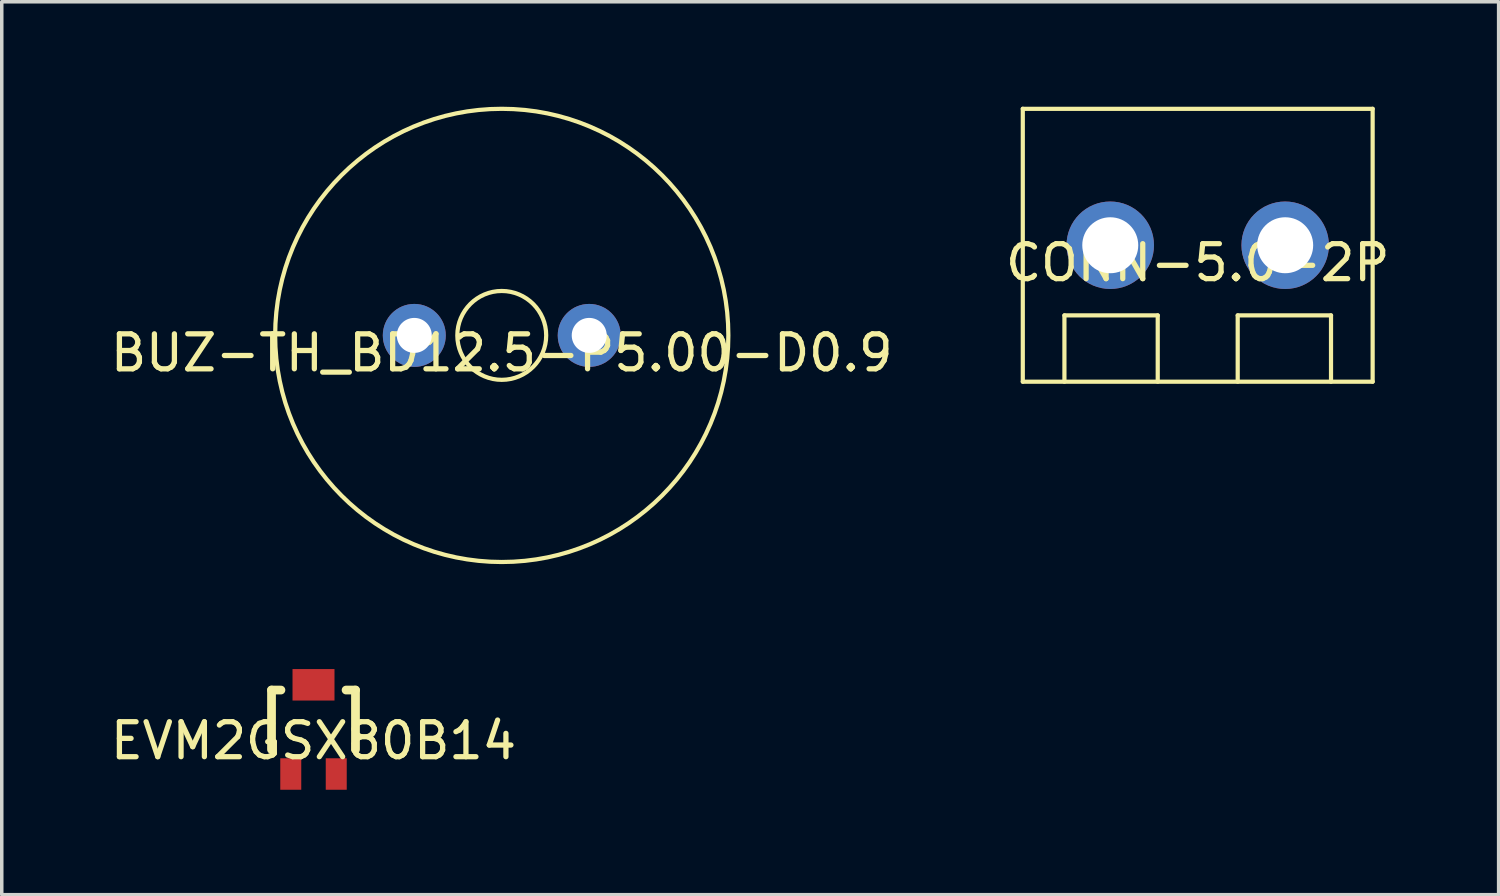
<source format=kicad_pcb>
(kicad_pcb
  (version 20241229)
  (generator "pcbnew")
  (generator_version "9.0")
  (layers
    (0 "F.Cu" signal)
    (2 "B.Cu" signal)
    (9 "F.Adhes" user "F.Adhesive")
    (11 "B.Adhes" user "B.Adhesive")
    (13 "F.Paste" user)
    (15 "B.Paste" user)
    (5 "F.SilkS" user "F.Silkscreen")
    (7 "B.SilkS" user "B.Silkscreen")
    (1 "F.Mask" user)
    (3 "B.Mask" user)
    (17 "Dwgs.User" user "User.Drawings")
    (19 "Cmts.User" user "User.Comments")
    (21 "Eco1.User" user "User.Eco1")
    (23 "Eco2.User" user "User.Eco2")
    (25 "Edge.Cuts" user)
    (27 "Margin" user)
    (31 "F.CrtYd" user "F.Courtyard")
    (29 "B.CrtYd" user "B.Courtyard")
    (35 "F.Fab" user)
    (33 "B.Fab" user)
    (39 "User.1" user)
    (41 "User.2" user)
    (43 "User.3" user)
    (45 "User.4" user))
  (footprint "EVM2GSX80B14"
    (layer "F.Cu")
    (at 5.911 17.624)
    (property "Reference" "EVM2GSX80B14" (at 0 0.5 0) (layer "F.SilkS") (effects (font (size 1 1) (thickness 0.15))))
    (attr through_hole)
    (fp_line (start -1.2 -0.95) (end -1.2 0.75) (stroke (width 0.25) (type solid)) (layer "F.SilkS"))
    (fp_line (start -1.2 -0.95) (end -0.931 -0.95) (stroke (width 0.25) (type solid)) (layer "F.SilkS"))
    (fp_line (start 1.2 -0.95) (end 0.931 -0.95) (stroke (width 0.25) (type solid)) (layer "F.SilkS"))
    (fp_line (start 1.2 -0.95) (end 1.2 0.75) (stroke (width 0.25) (type solid)) (layer "F.SilkS"))
    (pad "1" smd rect (at -0.65 1.45) (size 0.6 0.9) (layers "F.Cu" "F.Mask" "F.Paste"))
    (pad "2" smd rect (at 0 -1.1) (size 1.2 0.9) (layers "F.Cu" "F.Mask" "F.Paste"))
    (pad "3" smd rect (at 0.65 1.45) (size 0.6 0.9) (layers "F.Cu" "F.Mask" "F.Paste")))
  (footprint "BUZ-TH_BD12.5-P5.00-D0.9"
    (layer "F.Cu")
    (at 11.292 6.537)
    (property "Reference" "BUZ-TH_BD12.5-P5.00-D0.9" (at 0 0.5 0) (layer "F.SilkS") (effects (font (size 1 1) (thickness 0.15))))
    (attr through_hole)
    (fp_circle (center 0 0) (end 1.27 0) (stroke (width 0.12) (type solid)) (fill no) (layer "F.SilkS"))
    (fp_circle (center 0 0) (end 6.477 0) (stroke (width 0.12) (type solid)) (fill no) (layer "F.SilkS"))
    (pad "1" thru_hole circle (at -2.5 0) (size 1.8 1.8) (drill 1) (layers "*.Cu" "*.Mask"))
    (pad "2" thru_hole circle (at 2.5 0) (size 1.8 1.8) (drill 1) (layers "*.Cu" "*.Mask")))
  (footprint "CONN-5.0-2P"
    (layer "F.Cu")
    (at 31.185 3.96)
    (property "Reference" "CONN-5.0-2P" (at 0 0.5 0) (layer "F.SilkS") (effects (font (size 1 1) (thickness 0.15))))
    (attr through_hole)
    (fp_line (start -5 -3.9) (end 5 -3.9) (stroke (width 0.12) (type solid)) (layer "F.SilkS"))
    (fp_line (start -5 3.9) (end -5 -3.9) (stroke (width 0.12) (type solid)) (layer "F.SilkS"))
    (fp_line (start -5 3.9) (end 5 3.9) (stroke (width 0.12) (type solid)) (layer "F.SilkS"))
    (fp_line (start -3.81 2.005) (end -1.143 2.005) (stroke (width 0.12) (type solid)) (layer "F.SilkS"))
    (fp_line (start -3.81 3.9) (end -3.81 2.005) (stroke (width 0.12) (type solid)) (layer "F.SilkS"))
    (fp_line (start -1.143 2.005) (end -1.143 3.9) (stroke (width 0.12) (type solid)) (layer "F.SilkS"))
    (fp_line (start 1.143 2.005) (end 1.143 3.9) (stroke (width 0.12) (type solid)) (layer "F.SilkS"))
    (fp_line (start 1.143 2.005) (end 3.81 2.005) (stroke (width 0.12) (type solid)) (layer "F.SilkS"))
    (fp_line (start 3.81 3.9) (end 3.81 2.005) (stroke (width 0.12) (type solid)) (layer "F.SilkS"))
    (fp_line (start 5 3.9) (end 5 -3.9) (stroke (width 0.12) (type solid)) (layer "F.SilkS"))
    (pad "1" thru_hole circle (at -2.5 0) (size 2.5 2.5) (drill 1.6) (layers "*.Cu" "*.Mask"))
    (pad "2" thru_hole circle (at 2.5 0) (size 2.5 2.5) (drill 1.6) (layers "*.Cu" "*.Mask")))
  (gr_rect
    (start -3 -3)
    (end 39.786 22.524)
    (stroke (width 0.1) (type default))
    (fill no)
    (layer "Edge.Cuts")))
</source>
